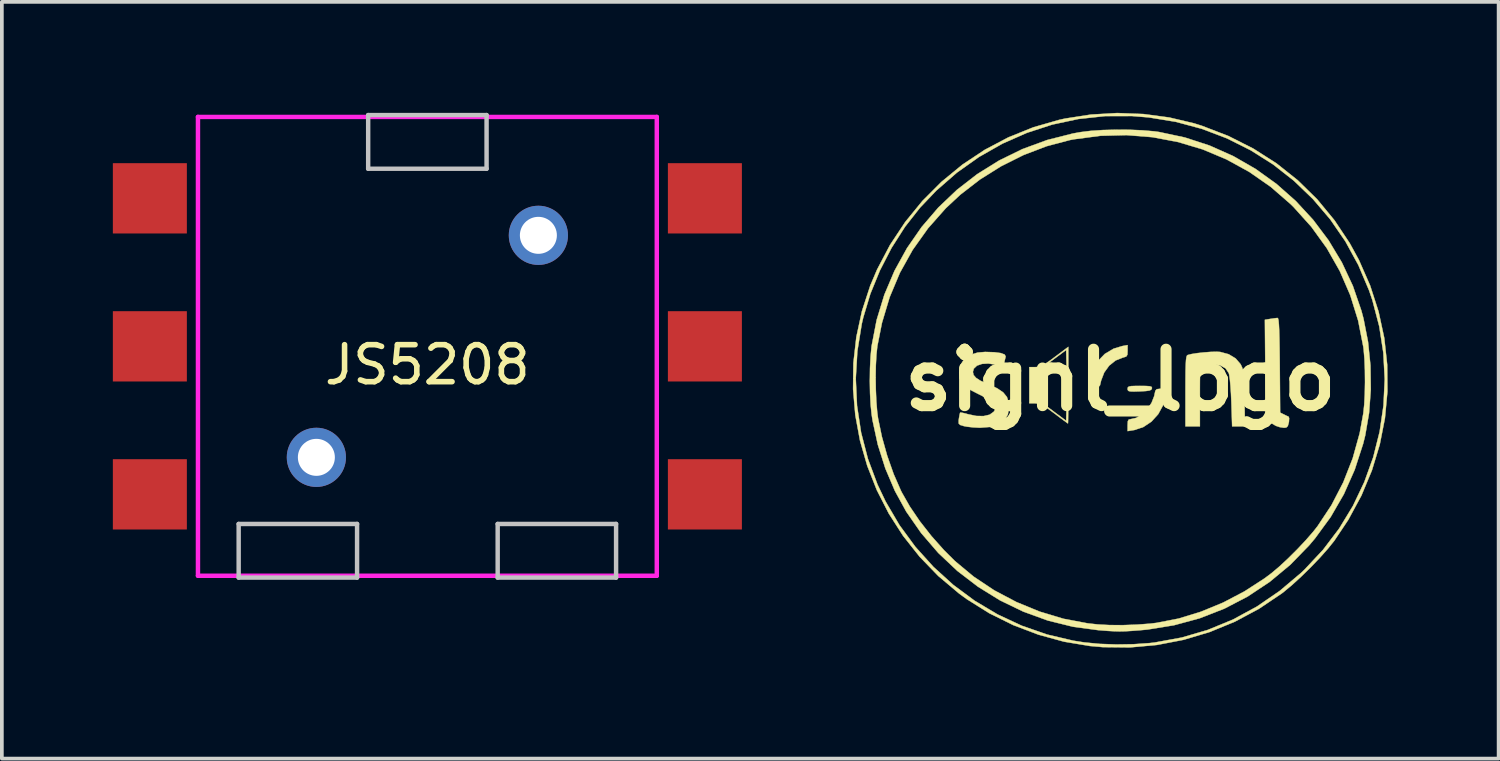
<source format=kicad_pcb>
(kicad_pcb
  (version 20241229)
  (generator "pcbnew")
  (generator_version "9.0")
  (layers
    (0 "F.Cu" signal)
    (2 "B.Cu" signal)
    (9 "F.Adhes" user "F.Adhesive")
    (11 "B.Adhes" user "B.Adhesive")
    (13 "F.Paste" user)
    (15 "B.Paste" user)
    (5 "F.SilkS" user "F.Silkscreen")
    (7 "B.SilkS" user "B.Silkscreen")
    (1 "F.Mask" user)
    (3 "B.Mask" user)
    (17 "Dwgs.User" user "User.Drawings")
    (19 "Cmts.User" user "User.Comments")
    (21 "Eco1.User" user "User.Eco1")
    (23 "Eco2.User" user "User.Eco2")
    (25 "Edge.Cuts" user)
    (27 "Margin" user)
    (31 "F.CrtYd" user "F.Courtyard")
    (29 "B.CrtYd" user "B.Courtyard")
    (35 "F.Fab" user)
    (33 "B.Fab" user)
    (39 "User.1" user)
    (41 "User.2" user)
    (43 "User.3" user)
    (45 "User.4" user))
  (footprint "signl_logo"
    (layer "F.Cu")
    (at 27.229 7.223)
    (property "Reference" "signl_logo" (at 0 0 0) (layer "F.SilkS") (effects (font (size 1.524 1.524) (thickness 0.3))))
    (attr through_hole)
    (fp_poly (pts (xy 0.693 0.158) (xy 0.791 0.165) (xy 0.84 0.18) (xy 0.854 0.207) (xy 0.852 0.225) (xy 0.834 0.259) (xy 0.785 0.282) (xy 0.689 0.295) (xy 0.532 0.304) (xy 0.517 0.304) (xy 0.359 0.309) (xy 0.264 0.305) (xy 0.215 0.291) (xy 0.197 0.263) (xy 0.195 0.236) (xy 0.201 0.197) (xy 0.229 0.174) (xy 0.293 0.161) (xy 0.41 0.157) (xy 0.53 0.156) (xy 0.693 0.158)) (stroke (width 0.01) (type solid)) (fill yes) (layer "F.SilkS"))
    (fp_poly (pts (xy 0.195 -0.791) (xy 0.19 -0.689) (xy 0.16 -0.639) (xy 0.088 -0.614) (xy 0.069 -0.61) (xy -0.128 -0.532) (xy -0.302 -0.393) (xy -0.437 -0.206) (xy -0.521 0.013) (xy -0.529 0.049) (xy -0.552 0.143) (xy -0.592 0.185) (xy -0.675 0.195) (xy -0.711 0.195) (xy -0.867 0.195) (xy -0.839 0.029) (xy -0.756 -0.26) (xy -0.615 -0.508) (xy -0.421 -0.708) (xy -0.183 -0.85) (xy 0.049 -0.92) (xy 0.195 -0.947) (xy 0.195 -0.791)) (stroke (width 0.01) (type solid)) (fill yes) (layer "F.SilkS"))
    (fp_poly (pts (xy 1.234 0.399) (xy 1.156 0.676) (xy 1.022 0.92) (xy 0.84 1.121) (xy 0.622 1.267) (xy 0.376 1.349) (xy 0.361 1.351) (xy 0.195 1.378) (xy 0.195 1.216) (xy 0.201 1.112) (xy 0.226 1.065) (xy 0.275 1.055) (xy 0.428 1.02) (xy 0.584 0.924) (xy 0.727 0.783) (xy 0.842 0.614) (xy 0.914 0.431) (xy 0.924 0.382) (xy 0.945 0.287) (xy 0.983 0.245) (xy 1.064 0.235) (xy 1.104 0.234) (xy 1.26 0.234) (xy 1.234 0.399)) (stroke (width 0.01) (type solid)) (fill yes) (layer "F.SilkS"))
    (fp_poly (pts (xy 4.263 -1.662) (xy 4.275 -1.605) (xy 4.284 -1.502) (xy 4.292 -1.348) (xy 4.298 -1.135) (xy 4.303 -0.858) (xy 4.307 -0.511) (xy 4.308 -0.402) (xy 4.318 0.877) (xy 4.416 0.926) (xy 4.499 0.967) (xy 4.546 0.987) (xy 4.561 1.029) (xy 4.556 1.118) (xy 4.552 1.144) (xy 4.525 1.241) (xy 4.483 1.281) (xy 4.421 1.288) (xy 4.309 1.271) (xy 4.201 1.235) (xy 4.09 1.169) (xy 4.005 1.095) (xy 3.984 1.068) (xy 3.967 1.034) (xy 3.954 0.984) (xy 3.943 0.91) (xy 3.935 0.804) (xy 3.929 0.658) (xy 3.925 0.463) (xy 3.921 0.211) (xy 3.918 -0.107) (xy 3.916 -0.311) (xy 3.905 -1.631) (xy 4.053 -1.655) (xy 4.162 -1.671) (xy 4.241 -1.68) (xy 4.249 -1.68) (xy 4.263 -1.662)) (stroke (width 0.01) (type solid)) (fill yes) (layer "F.SilkS"))
    (fp_poly (pts (xy -1.407 0.136) (xy -1.407 0.411) (xy -1.408 0.659) (xy -1.41 0.869) (xy -1.412 1.031) (xy -1.414 1.136) (xy -1.417 1.172) (xy -1.45 1.149) (xy -1.532 1.089) (xy -1.652 1) (xy -1.786 0.898) (xy -1.951 0.776) (xy -2.07 0.697) (xy -2.161 0.65) (xy -2.239 0.629) (xy -2.304 0.625) (xy -2.462 0.625) (xy -2.462 -0.335) (xy -2.11 -0.335) (xy -2.11 0.617) (xy -1.788 0.858) (xy -1.465 1.098) (xy -1.454 0.63) (xy -1.451 0.385) (xy -1.45 0.104) (xy -1.452 -0.172) (xy -1.454 -0.327) (xy -1.465 -0.814) (xy -2.11 -0.335) (xy -2.462 -0.335) (xy -2.462 -0.352) (xy -2.299 -0.352) (xy -2.219 -0.358) (xy -2.141 -0.381) (xy -2.049 -0.43) (xy -1.926 -0.512) (xy -1.772 -0.626) (xy -1.407 -0.9) (xy -1.407 0.136)) (stroke (width 0.01) (type solid)) (fill yes) (layer "F.SilkS"))
    (fp_poly (pts (xy 2.695 -0.762) (xy 2.926 -0.7) (xy 3.115 -0.586) (xy 3.248 -0.431) (xy 3.259 -0.41) (xy 3.288 -0.348) (xy 3.31 -0.279) (xy 3.326 -0.191) (xy 3.337 -0.07) (xy 3.345 0.095) (xy 3.35 0.318) (xy 3.354 0.498) (xy 3.367 1.25) (xy 3.02 1.25) (xy 2.999 0.596) (xy 2.989 0.368) (xy 2.975 0.158) (xy 2.959 -0.017) (xy 2.941 -0.141) (xy 2.93 -0.187) (xy 2.843 -0.318) (xy 2.696 -0.399) (xy 2.49 -0.43) (xy 2.467 -0.43) (xy 2.364 -0.43) (xy 2.285 -0.426) (xy 2.229 -0.407) (xy 2.19 -0.364) (xy 2.167 -0.287) (xy 2.154 -0.167) (xy 2.15 0.006) (xy 2.149 0.242) (xy 2.149 0.434) (xy 2.149 1.25) (xy 1.758 1.25) (xy 1.758 0.297) (xy 1.759 -0.008) (xy 1.761 -0.243) (xy 1.766 -0.417) (xy 1.773 -0.539) (xy 1.784 -0.618) (xy 1.798 -0.661) (xy 1.814 -0.677) (xy 1.918 -0.704) (xy 2.074 -0.729) (xy 2.257 -0.749) (xy 2.44 -0.763) (xy 2.599 -0.767) (xy 2.695 -0.762)) (stroke (width 0.01) (type solid)) (fill yes) (layer "F.SilkS"))
    (fp_poly (pts (xy -3.407 -0.754) (xy -3.232 -0.731) (xy -3.128 -0.692) (xy -3.1 -0.639) (xy -3.101 -0.633) (xy -3.123 -0.543) (xy -3.141 -0.465) (xy -3.164 -0.363) (xy -3.37 -0.417) (xy -3.566 -0.449) (xy -3.739 -0.439) (xy -3.875 -0.392) (xy -3.961 -0.311) (xy -3.986 -0.222) (xy -3.967 -0.138) (xy -3.903 -0.063) (xy -3.786 0.014) (xy -3.604 0.098) (xy -3.553 0.118) (xy -3.325 0.224) (xy -3.166 0.333) (xy -3.066 0.457) (xy -3.018 0.604) (xy -3.009 0.723) (xy -3.04 0.927) (xy -3.132 1.085) (xy -3.286 1.197) (xy -3.504 1.264) (xy -3.785 1.286) (xy -3.815 1.286) (xy -3.979 1.277) (xy -4.136 1.26) (xy -4.235 1.241) (xy -4.331 1.211) (xy -4.37 1.172) (xy -4.371 1.095) (xy -4.365 1.047) (xy -4.348 0.946) (xy -4.333 0.884) (xy -4.329 0.877) (xy -4.287 0.879) (xy -4.194 0.9) (xy -4.124 0.92) (xy -3.897 0.968) (xy -3.696 0.972) (xy -3.533 0.934) (xy -3.422 0.854) (xy -3.399 0.82) (xy -3.379 0.734) (xy -3.415 0.649) (xy -3.512 0.558) (xy -3.677 0.457) (xy -3.845 0.372) (xy -4.054 0.265) (xy -4.2 0.168) (xy -4.291 0.07) (xy -4.34 -0.042) (xy -4.356 -0.179) (xy -4.357 -0.202) (xy -4.324 -0.403) (xy -4.227 -0.563) (xy -4.07 -0.678) (xy -3.858 -0.745) (xy -3.654 -0.762) (xy -3.407 -0.754)) (stroke (width 0.01) (type solid)) (fill yes) (layer "F.SilkS"))
    (fp_poly (pts (xy 0.625 -7.191) (xy 1.321 -7.098) (xy 1.991 -6.94) (xy 2.201 -6.874) (xy 2.92 -6.597) (xy 3.593 -6.257) (xy 4.22 -5.857) (xy 4.796 -5.399) (xy 5.32 -4.885) (xy 5.788 -4.317) (xy 6.2 -3.698) (xy 6.448 -3.244) (xy 6.75 -2.556) (xy 6.978 -1.851) (xy 7.132 -1.136) (xy 7.211 -0.414) (xy 7.217 0.309) (xy 7.15 1.029) (xy 7.01 1.741) (xy 6.798 2.439) (xy 6.514 3.12) (xy 6.158 3.777) (xy 5.781 4.341) (xy 5.61 4.554) (xy 5.394 4.797) (xy 5.149 5.053) (xy 4.892 5.305) (xy 4.641 5.535) (xy 4.411 5.727) (xy 4.357 5.768) (xy 3.745 6.18) (xy 3.096 6.527) (xy 2.415 6.807) (xy 1.71 7.018) (xy 0.989 7.157) (xy 0.257 7.224) (xy -0.476 7.216) (xy -0.821 7.186) (xy -1.522 7.069) (xy -2.218 6.878) (xy -2.897 6.62) (xy -3.545 6.299) (xy -4.151 5.919) (xy -4.356 5.77) (xy -4.921 5.294) (xy -5.427 4.771) (xy -5.873 4.207) (xy -6.259 3.606) (xy -6.582 2.974) (xy -6.841 2.317) (xy -7.036 1.64) (xy -7.164 0.947) (xy -7.224 0.245) (xy -7.221 -0.043) (xy -7.151 -0.043) (xy -7.117 0.692) (xy -7.007 1.418) (xy -6.822 2.13) (xy -6.563 2.823) (xy -6.345 3.28) (xy -5.972 3.917) (xy -5.539 4.507) (xy -5.052 5.047) (xy -4.516 5.534) (xy -3.936 5.964) (xy -3.317 6.333) (xy -2.664 6.638) (xy -1.982 6.875) (xy -1.276 7.041) (xy -0.977 7.088) (xy -0.563 7.128) (xy -0.109 7.144) (xy 0.353 7.137) (xy 0.787 7.107) (xy 0.926 7.091) (xy 1.658 6.957) (xy 2.364 6.75) (xy 3.041 6.471) (xy 3.688 6.12) (xy 4.304 5.698) (xy 4.886 5.207) (xy 4.977 5.12) (xy 5.476 4.587) (xy 5.912 4.012) (xy 6.285 3.399) (xy 6.592 2.754) (xy 6.833 2.084) (xy 7.006 1.394) (xy 7.11 0.689) (xy 7.144 -0.025) (xy 7.106 -0.741) (xy 6.995 -1.456) (xy 6.81 -2.161) (xy 6.721 -2.423) (xy 6.432 -3.107) (xy 6.081 -3.749) (xy 5.67 -4.346) (xy 5.204 -4.893) (xy 4.688 -5.389) (xy 4.126 -5.83) (xy 3.521 -6.212) (xy 2.879 -6.534) (xy 2.202 -6.791) (xy 1.496 -6.981) (xy 0.765 -7.1) (xy 0.313 -7.137) (xy -0.416 -7.135) (xy -1.135 -7.057) (xy -1.841 -6.906) (xy -2.527 -6.683) (xy -3.188 -6.391) (xy -3.82 -6.032) (xy -4.418 -5.608) (xy -4.976 -5.121) (xy -5.416 -4.659) (xy -5.821 -4.143) (xy -6.185 -3.572) (xy -6.499 -2.963) (xy -6.757 -2.332) (xy -6.948 -1.695) (xy -6.989 -1.521) (xy -7.108 -0.783) (xy -7.151 -0.043) (xy -7.221 -0.043) (xy -7.216 -0.461) (xy -7.136 -1.166) (xy -6.985 -1.864) (xy -6.761 -2.551) (xy -6.575 -2.989) (xy -6.226 -3.653) (xy -5.816 -4.272) (xy -5.351 -4.842) (xy -4.835 -5.359) (xy -4.273 -5.821) (xy -3.668 -6.223) (xy -3.027 -6.561) (xy -2.352 -6.833) (xy -1.649 -7.035) (xy -1.493 -7.069) (xy -0.796 -7.177) (xy -0.086 -7.218) (xy 0.625 -7.191)) (stroke (width 0.01) (type solid)) (fill yes) (layer "F.SilkS"))
    (fp_poly (pts (xy 0.253 -6.766) (xy 0.603 -6.751) (xy 0.913 -6.724) (xy 1.045 -6.706) (xy 1.741 -6.558) (xy 2.412 -6.339) (xy 3.051 -6.054) (xy 3.655 -5.707) (xy 4.22 -5.301) (xy 4.739 -4.842) (xy 5.21 -4.332) (xy 5.627 -3.777) (xy 5.986 -3.18) (xy 6.283 -2.546) (xy 6.513 -1.878) (xy 6.571 -1.661) (xy 6.693 -1.038) (xy 6.759 -0.394) (xy 6.768 0.254) (xy 6.721 0.889) (xy 6.617 1.494) (xy 6.561 1.719) (xy 6.332 2.424) (xy 6.04 3.082) (xy 5.684 3.698) (xy 5.262 4.275) (xy 5.102 4.465) (xy 4.592 4.99) (xy 4.037 5.451) (xy 3.442 5.847) (xy 2.81 6.176) (xy 2.144 6.436) (xy 1.448 6.625) (xy 0.726 6.742) (xy 0.508 6.762) (xy 0.293 6.778) (xy 0.124 6.788) (xy -0.022 6.791) (xy -0.171 6.787) (xy -0.348 6.777) (xy -0.576 6.759) (xy -0.586 6.759) (xy -1.282 6.665) (xy -1.962 6.497) (xy -2.62 6.258) (xy -3.251 5.953) (xy -3.848 5.584) (xy -4.407 5.156) (xy -4.921 4.671) (xy -5.385 4.132) (xy -5.787 3.554) (xy -6.094 2.994) (xy -6.353 2.385) (xy -6.556 1.744) (xy -6.698 1.09) (xy -6.724 0.918) (xy -6.75 0.662) (xy -6.766 0.354) (xy -6.772 0.019) (xy -6.77 -0.073) (xy -6.614 -0.073) (xy -6.609 0.259) (xy -6.595 0.577) (xy -6.572 0.859) (xy -6.549 1.031) (xy -6.445 1.532) (xy -6.302 2.043) (xy -6.128 2.537) (xy -5.932 2.985) (xy -5.907 3.035) (xy -5.691 3.415) (xy -5.42 3.814) (xy -5.107 4.213) (xy -4.768 4.594) (xy -4.473 4.888) (xy -3.967 5.309) (xy -3.409 5.681) (xy -2.809 5.998) (xy -2.181 6.256) (xy -1.535 6.45) (xy -0.883 6.573) (xy -0.606 6.603) (xy -0.284 6.62) (xy 0.08 6.621) (xy 0.455 6.607) (xy 0.805 6.581) (xy 0.977 6.56) (xy 1.573 6.444) (xy 2.177 6.259) (xy 2.776 6.012) (xy 3.352 5.71) (xy 3.893 5.36) (xy 4.084 5.217) (xy 4.294 5.04) (xy 4.53 4.821) (xy 4.774 4.578) (xy 5.007 4.331) (xy 5.21 4.098) (xy 5.328 3.948) (xy 5.704 3.38) (xy 6.022 2.766) (xy 6.278 2.114) (xy 6.467 1.435) (xy 6.565 0.899) (xy 6.59 0.662) (xy 6.605 0.371) (xy 6.611 0.052) (xy 6.608 -0.27) (xy 6.596 -0.572) (xy 6.574 -0.83) (xy 6.565 -0.899) (xy 6.425 -1.61) (xy 6.213 -2.293) (xy 5.93 -2.946) (xy 5.579 -3.564) (xy 5.161 -4.143) (xy 4.68 -4.678) (xy 4.606 -4.751) (xy 4.066 -5.221) (xy 3.485 -5.626) (xy 2.87 -5.964) (xy 2.226 -6.235) (xy 1.557 -6.435) (xy 0.869 -6.565) (xy 0.168 -6.621) (xy -0.541 -6.603) (xy -1.253 -6.509) (xy -1.368 -6.487) (xy -1.995 -6.321) (xy -2.616 -6.084) (xy -3.22 -5.782) (xy -3.795 -5.422) (xy -4.328 -5.01) (xy -4.718 -4.646) (xy -5.2 -4.101) (xy -5.614 -3.519) (xy -5.959 -2.9) (xy -6.235 -2.243) (xy -6.443 -1.549) (xy -6.568 -0.918) (xy -6.593 -0.684) (xy -6.609 -0.394) (xy -6.614 -0.073) (xy -6.77 -0.073) (xy -6.767 -0.318) (xy -6.752 -0.63) (xy -6.727 -0.894) (xy -6.724 -0.918) (xy -6.587 -1.627) (xy -6.379 -2.308) (xy -6.104 -2.956) (xy -5.767 -3.567) (xy -5.372 -4.137) (xy -4.921 -4.663) (xy -4.419 -5.141) (xy -3.871 -5.566) (xy -3.278 -5.935) (xy -2.647 -6.244) (xy -1.979 -6.489) (xy -1.28 -6.666) (xy -1.073 -6.703) (xy -0.799 -6.737) (xy -0.471 -6.759) (xy -0.113 -6.768) (xy 0.253 -6.766)) (stroke (width 0.01) (type solid)) (fill yes) (layer "F.SilkS")))
  (footprint "JS5208"
    (layer "F.Cu")
    (at 8.5 6.31)
    (property "Reference" "JS5208" (at 0 0.5 0) (layer "F.SilkS") (effects (font (size 1 1) (thickness 0.15))))
    (attr through_hole)
    (fp_line (start -5.1 4.8) (end -1.9 4.8) (stroke (width 0.12) (type solid)) (layer "Dwgs.User"))
    (fp_line (start -5.1 6.25) (end -5.1 4.8) (stroke (width 0.12) (type solid)) (layer "Dwgs.User"))
    (fp_line (start -1.9 4.8) (end -1.9 6.25) (stroke (width 0.12) (type solid)) (layer "Dwgs.User"))
    (fp_line (start -1.9 6.25) (end -5.1 6.25) (stroke (width 0.12) (type solid)) (layer "Dwgs.User"))
    (fp_line (start -1.6 -6.25) (end 1.6 -6.25) (stroke (width 0.12) (type solid)) (layer "Dwgs.User"))
    (fp_line (start -1.6 -4.8) (end -1.6 -6.25) (stroke (width 0.12) (type solid)) (layer "Dwgs.User"))
    (fp_line (start 1.6 -6.25) (end 1.6 -4.8) (stroke (width 0.12) (type solid)) (layer "Dwgs.User"))
    (fp_line (start 1.6 -4.8) (end -1.6 -4.8) (stroke (width 0.12) (type solid)) (layer "Dwgs.User"))
    (fp_line (start 1.9 4.8) (end 5.1 4.8) (stroke (width 0.12) (type solid)) (layer "Dwgs.User"))
    (fp_line (start 1.9 6.25) (end 1.9 4.8) (stroke (width 0.12) (type solid)) (layer "Dwgs.User"))
    (fp_line (start 5.1 4.8) (end 5.1 6.25) (stroke (width 0.12) (type solid)) (layer "Dwgs.User"))
    (fp_line (start 5.1 6.25) (end 1.9 6.25) (stroke (width 0.12) (type solid)) (layer "Dwgs.User"))
    (fp_line (start -6.2 -6.2) (end -6.2 6.2) (stroke (width 0.12) (type solid)) (layer "F.CrtYd"))
    (fp_line (start -6.2 -6.2) (end 6.2 -6.2) (stroke (width 0.12) (type solid)) (layer "F.CrtYd"))
    (fp_line (start 6.2 -6.2) (end 6.2 6.2) (stroke (width 0.12) (type solid)) (layer "F.CrtYd"))
    (fp_line (start 6.2 6.2) (end -6.2 6.2) (stroke (width 0.12) (type solid)) (layer "F.CrtYd"))
    (pad "" np_thru_hole circle (at -3 3) (size 1.6 1.6) (drill 1) (layers "*.Cu" "*.Mask"))
    (pad "" np_thru_hole circle (at 3 -3) (size 1.6 1.6) (drill 1) (layers "*.Cu" "*.Mask"))
    (pad "1" smd rect (at -7.5 -4) (size 2 1.9) (layers "F.Cu" "F.Mask" "F.Paste"))
    (pad "2" smd rect (at -7.5 0) (size 2 1.9) (layers "F.Cu" "F.Mask" "F.Paste"))
    (pad "3" smd rect (at -7.5 4) (size 2 1.9) (layers "F.Cu" "F.Mask" "F.Paste"))
    (pad "4" smd rect (at 7.5 -4) (size 2 1.9) (layers "F.Cu" "F.Mask" "F.Paste"))
    (pad "5" smd rect (at 7.5 0) (size 2 1.9) (layers "F.Cu" "F.Mask" "F.Paste"))
    (pad "6" smd rect (at 7.5 4) (size 2 1.9) (layers "F.Cu" "F.Mask" "F.Paste")))
  (gr_rect
    (start -3 -3)
    (end 37.451 17.452)
    (stroke (width 0.1) (type default))
    (fill no)
    (layer "Edge.Cuts")))
</source>
